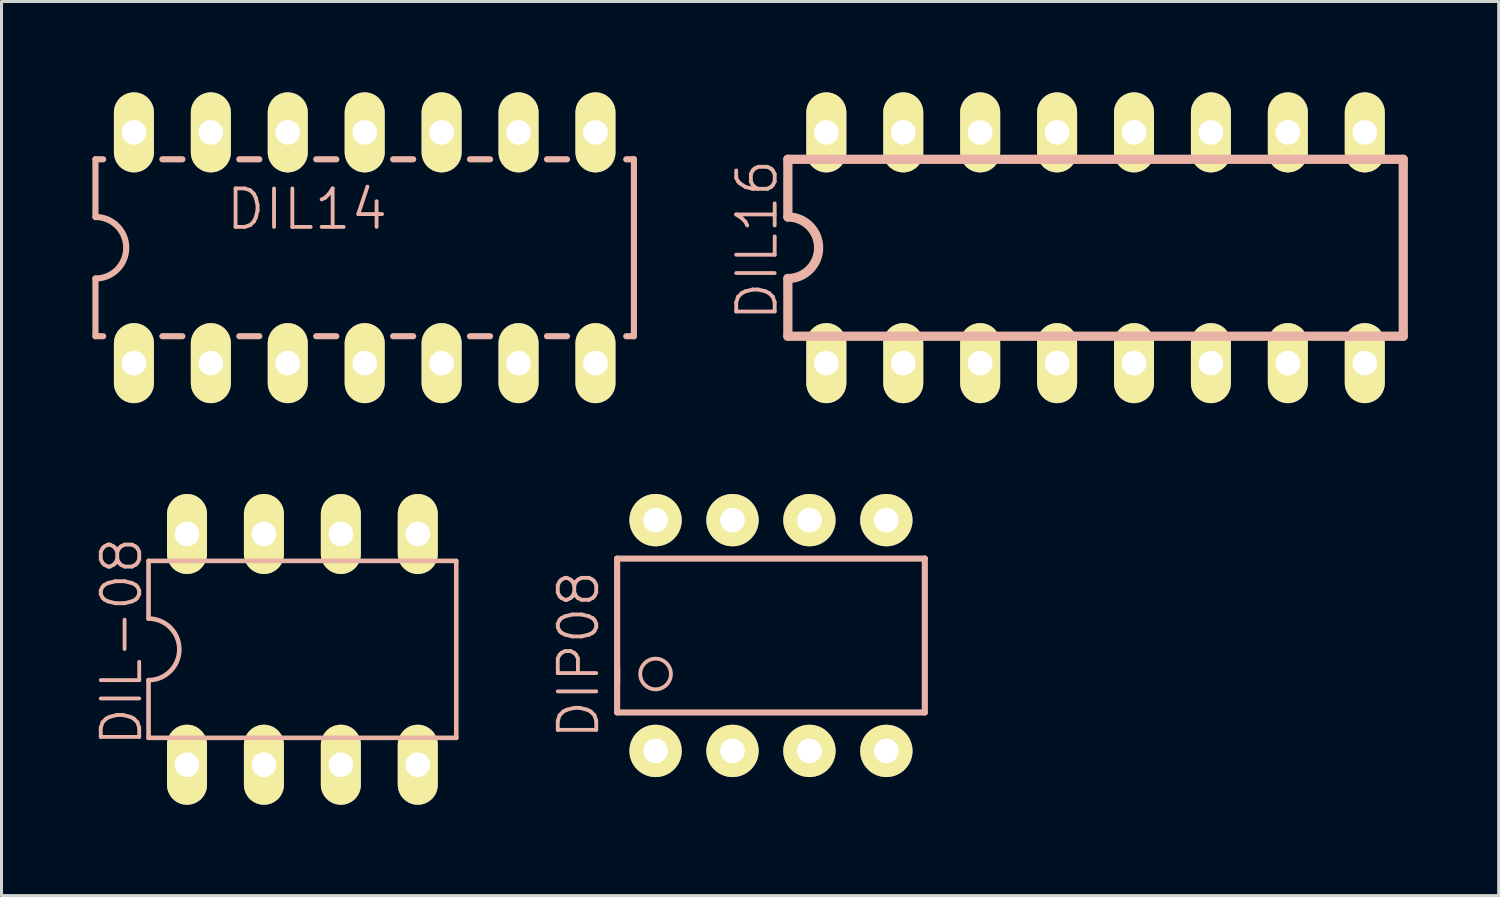
<source format=kicad_pcb>
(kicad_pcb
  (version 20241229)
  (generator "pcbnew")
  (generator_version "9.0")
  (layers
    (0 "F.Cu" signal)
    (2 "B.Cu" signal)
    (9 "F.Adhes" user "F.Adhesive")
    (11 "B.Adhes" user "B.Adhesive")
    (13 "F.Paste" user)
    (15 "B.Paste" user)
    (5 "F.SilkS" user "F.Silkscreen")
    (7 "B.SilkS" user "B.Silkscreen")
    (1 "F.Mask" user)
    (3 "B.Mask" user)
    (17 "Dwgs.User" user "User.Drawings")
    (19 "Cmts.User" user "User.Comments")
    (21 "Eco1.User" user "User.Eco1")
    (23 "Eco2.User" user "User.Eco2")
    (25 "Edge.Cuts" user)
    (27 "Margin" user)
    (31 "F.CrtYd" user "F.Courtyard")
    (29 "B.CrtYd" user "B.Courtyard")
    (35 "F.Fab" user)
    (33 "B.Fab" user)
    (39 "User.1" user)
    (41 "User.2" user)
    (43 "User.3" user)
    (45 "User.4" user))
  (footprint "DIL16"
    (layer "F.Cu")
    (at 33.125 5.131)
    (property "Reference" "DIL16" (at -11.176 -0.254 90) (layer "B.SilkS") (effects (font (size 1.27 1.27) (thickness 0.127))))
    (attr exclude_from_pos_files exclude_from_bom)
    (fp_line (start -10.16 -2.921) (end -10.16 -1.016) (stroke (width 0.305) (type solid)) (layer "B.SilkS"))
    (fp_line (start -10.16 2.921) (end -10.16 1.016) (stroke (width 0.305) (type solid)) (layer "B.SilkS"))
    (fp_line (start -10.16 2.921) (end 10.16 2.921) (stroke (width 0.305) (type solid)) (layer "B.SilkS"))
    (fp_line (start 10.16 -2.921) (end -10.16 -2.921) (stroke (width 0.305) (type solid)) (layer "B.SilkS"))
    (fp_line (start 10.16 -2.921) (end 10.16 2.921) (stroke (width 0.305) (type solid)) (layer "B.SilkS"))
    (fp_arc (start -10.16 -1.016) (mid -9.144 0) (end -10.16 1.016) (stroke (width 0.3048) (type solid)) (layer "B.SilkS"))
    (pad "1" thru_hole oval (at -8.89 3.81 180) (size 1.321 2.642) (drill 0.813) (layers "*.Cu" "F.Mask" "F.SilkS" "F.Paste"))
    (pad "2" thru_hole oval (at -6.35 3.81 180) (size 1.321 2.642) (drill 0.813) (layers "*.Cu" "F.Mask" "F.SilkS" "F.Paste"))
    (pad "3" thru_hole oval (at -3.81 3.81 180) (size 1.321 2.642) (drill 0.813) (layers "*.Cu" "F.Mask" "F.SilkS" "F.Paste"))
    (pad "4" thru_hole oval (at -1.27 3.81 180) (size 1.321 2.642) (drill 0.813) (layers "*.Cu" "F.Mask" "F.SilkS" "F.Paste"))
    (pad "5" thru_hole oval (at 1.27 3.81 180) (size 1.321 2.642) (drill 0.813) (layers "*.Cu" "F.Mask" "F.SilkS" "F.Paste"))
    (pad "6" thru_hole oval (at 3.81 3.81 180) (size 1.321 2.642) (drill 0.813) (layers "*.Cu" "F.Mask" "F.SilkS" "F.Paste"))
    (pad "7" thru_hole oval (at 6.35 3.81 180) (size 1.321 2.642) (drill 0.813) (layers "*.Cu" "F.Mask" "F.SilkS" "F.Paste"))
    (pad "8" thru_hole oval (at 8.89 3.81 180) (size 1.321 2.642) (drill 0.813) (layers "*.Cu" "F.Mask" "F.SilkS" "F.Paste"))
    (pad "9" thru_hole oval (at 8.89 -3.81 180) (size 1.321 2.642) (drill 0.813) (layers "*.Cu" "F.Mask" "F.SilkS" "F.Paste"))
    (pad "10" thru_hole oval (at 6.35 -3.81 180) (size 1.321 2.642) (drill 0.813) (layers "*.Cu" "F.Mask" "F.SilkS" "F.Paste"))
    (pad "11" thru_hole oval (at 3.81 -3.81 180) (size 1.321 2.642) (drill 0.813) (layers "*.Cu" "F.Mask" "F.SilkS" "F.Paste"))
    (pad "12" thru_hole oval (at 1.27 -3.81 180) (size 1.321 2.642) (drill 0.813) (layers "*.Cu" "F.Mask" "F.SilkS" "F.Paste"))
    (pad "13" thru_hole oval (at -1.27 -3.81 180) (size 1.321 2.642) (drill 0.813) (layers "*.Cu" "F.Mask" "F.SilkS" "F.Paste"))
    (pad "14" thru_hole oval (at -3.81 -3.81 180) (size 1.321 2.642) (drill 0.813) (layers "*.Cu" "F.Mask" "F.SilkS" "F.Paste"))
    (pad "15" thru_hole oval (at -6.35 -3.81 180) (size 1.321 2.642) (drill 0.813) (layers "*.Cu" "F.Mask" "F.SilkS" "F.Paste"))
    (pad "16" thru_hole oval (at -8.89 -3.81 180) (size 1.321 2.642) (drill 0.813) (layers "*.Cu" "F.Mask" "F.SilkS" "F.Paste")))
  (footprint "DIL14"
    (layer "F.Cu")
    (at 10.262 5.131)
    (property "Reference" "DIL14" (at -3.175 -1.27 0) (layer "B.SilkS") (effects (font (size 1.27 1.27) (thickness 0.127))))
    (attr exclude_from_pos_files exclude_from_bom)
    (fp_line (start -10.16 -2.921) (end -10.16 -1.016) (stroke (width 0.203) (type solid)) (layer "B.SilkS"))
    (fp_line (start -10.16 -2.921) (end -9.906 -2.921) (stroke (width 0.203) (type solid)) (layer "B.SilkS"))
    (fp_line (start -10.16 2.921) (end -10.16 1.016) (stroke (width 0.203) (type solid)) (layer "B.SilkS"))
    (fp_line (start -10.16 2.921) (end -9.906 2.921) (stroke (width 0.203) (type solid)) (layer "B.SilkS"))
    (fp_line (start -7.95 -2.921) (end -7.29 -2.921) (stroke (width 0.203) (type solid)) (layer "B.SilkS"))
    (fp_line (start -7.95 2.921) (end -7.29 2.921) (stroke (width 0.203) (type solid)) (layer "B.SilkS"))
    (fp_line (start -5.41 -2.921) (end -4.75 -2.921) (stroke (width 0.203) (type solid)) (layer "B.SilkS"))
    (fp_line (start -5.41 2.921) (end -4.75 2.921) (stroke (width 0.203) (type solid)) (layer "B.SilkS"))
    (fp_line (start -2.87 -2.921) (end -2.207 -2.921) (stroke (width 0.203) (type solid)) (layer "B.SilkS"))
    (fp_line (start -2.87 2.921) (end -2.207 2.921) (stroke (width 0.203) (type solid)) (layer "B.SilkS"))
    (fp_line (start -0.33 -2.921) (end 0.33 -2.921) (stroke (width 0.203) (type solid)) (layer "B.SilkS"))
    (fp_line (start -0.33 2.921) (end 0.33 2.921) (stroke (width 0.203) (type solid)) (layer "B.SilkS"))
    (fp_line (start 2.207 -2.921) (end 2.87 -2.921) (stroke (width 0.203) (type solid)) (layer "B.SilkS"))
    (fp_line (start 2.207 2.921) (end 2.87 2.921) (stroke (width 0.203) (type solid)) (layer "B.SilkS"))
    (fp_line (start 4.75 -2.921) (end 5.41 -2.921) (stroke (width 0.203) (type solid)) (layer "B.SilkS"))
    (fp_line (start 4.75 2.921) (end 5.41 2.921) (stroke (width 0.203) (type solid)) (layer "B.SilkS"))
    (fp_line (start 7.62 -2.921) (end 7.366 -2.921) (stroke (width 0.203) (type solid)) (layer "B.SilkS"))
    (fp_line (start 7.62 -2.921) (end 7.62 2.921) (stroke (width 0.203) (type solid)) (layer "B.SilkS"))
    (fp_line (start 7.62 2.921) (end 7.366 2.921) (stroke (width 0.203) (type solid)) (layer "B.SilkS"))
    (fp_arc (start -10.16 -1.016) (mid -9.144 0) (end -10.16 1.016) (stroke (width 0.2032) (type solid)) (layer "B.SilkS"))
    (pad "1" thru_hole oval (at -8.89 3.81 180) (size 1.321 2.642) (drill 0.813) (layers "*.Cu" "F.Mask" "F.SilkS" "F.Paste"))
    (pad "2" thru_hole oval (at -6.35 3.81 180) (size 1.321 2.642) (drill 0.813) (layers "*.Cu" "F.Mask" "F.SilkS" "F.Paste"))
    (pad "3" thru_hole oval (at -3.81 3.81 180) (size 1.321 2.642) (drill 0.813) (layers "*.Cu" "F.Mask" "F.SilkS" "F.Paste"))
    (pad "4" thru_hole oval (at -1.27 3.81 180) (size 1.321 2.642) (drill 0.813) (layers "*.Cu" "F.Mask" "F.SilkS" "F.Paste"))
    (pad "5" thru_hole oval (at 1.27 3.81 180) (size 1.321 2.642) (drill 0.813) (layers "*.Cu" "F.Mask" "F.SilkS" "F.Paste"))
    (pad "6" thru_hole oval (at 3.81 3.81 180) (size 1.321 2.642) (drill 0.813) (layers "*.Cu" "F.Mask" "F.SilkS" "F.Paste"))
    (pad "7" thru_hole oval (at 6.35 3.81 180) (size 1.321 2.642) (drill 0.813) (layers "*.Cu" "F.Mask" "F.SilkS" "F.Paste"))
    (pad "8" thru_hole oval (at 6.35 -3.81 180) (size 1.321 2.642) (drill 0.813) (layers "*.Cu" "F.Mask" "F.SilkS" "F.Paste"))
    (pad "9" thru_hole oval (at 3.81 -3.81 180) (size 1.321 2.642) (drill 0.813) (layers "*.Cu" "F.Mask" "F.SilkS" "F.Paste"))
    (pad "10" thru_hole oval (at 1.27 -3.81 180) (size 1.321 2.642) (drill 0.813) (layers "*.Cu" "F.Mask" "F.SilkS" "F.Paste"))
    (pad "11" thru_hole oval (at -1.27 -3.81 180) (size 1.321 2.642) (drill 0.813) (layers "*.Cu" "F.Mask" "F.SilkS" "F.Paste"))
    (pad "12" thru_hole oval (at -3.81 -3.81 180) (size 1.321 2.642) (drill 0.813) (layers "*.Cu" "F.Mask" "F.SilkS" "F.Paste"))
    (pad "13" thru_hole oval (at -6.35 -3.81 180) (size 1.321 2.642) (drill 0.813) (layers "*.Cu" "F.Mask" "F.SilkS" "F.Paste"))
    (pad "14" thru_hole oval (at -8.89 -3.81 180) (size 1.321 2.642) (drill 0.813) (layers "*.Cu" "F.Mask" "F.SilkS" "F.Paste")))
  (footprint "DIP08"
    (layer "F.Cu")
    (at 22.407 17.935)
    (property "Reference" "DIP08" (at -6.35 0.635 90) (layer "B.SilkS") (effects (font (size 1.27 1.27) (thickness 0.127))))
    (attr exclude_from_pos_files exclude_from_bom)
    (fp_line (start -5.08 -2.54) (end -5.08 1.524) (stroke (width 0.203) (type solid)) (layer "B.SilkS"))
    (fp_line (start -5.08 -2.54) (end 5.08 -2.54) (stroke (width 0.203) (type solid)) (layer "B.SilkS"))
    (fp_line (start -5.08 1.524) (end -5.08 1.016) (stroke (width 0.203) (type solid)) (layer "B.SilkS"))
    (fp_line (start -5.08 2.54) (end -5.08 1.524) (stroke (width 0.203) (type solid)) (layer "B.SilkS"))
    (fp_line (start -5.08 2.54) (end 5.08 2.54) (stroke (width 0.203) (type solid)) (layer "B.SilkS"))
    (fp_line (start 5.08 -2.54) (end 5.08 2.54) (stroke (width 0.203) (type solid)) (layer "B.SilkS"))
    (fp_circle (center -3.81 1.27) (end -4.168 1.628) (stroke (width 0.127) (type solid)) (fill no) (layer "B.SilkS"))
    (pad "1" thru_hole circle (at -3.81 3.81) (size 1.727 1.727) (drill 0.813) (layers "*.Cu" "F.Mask" "F.SilkS" "F.Paste"))
    (pad "2" thru_hole circle (at -1.27 3.81) (size 1.727 1.727) (drill 0.813) (layers "*.Cu" "F.Mask" "F.SilkS" "F.Paste"))
    (pad "3" thru_hole circle (at 1.27 3.81) (size 1.727 1.727) (drill 0.813) (layers "*.Cu" "F.Mask" "F.SilkS" "F.Paste"))
    (pad "4" thru_hole circle (at 3.81 3.81) (size 1.727 1.727) (drill 0.813) (layers "*.Cu" "F.Mask" "F.SilkS" "F.Paste"))
    (pad "5" thru_hole circle (at 3.81 -3.81) (size 1.727 1.727) (drill 0.813) (layers "*.Cu" "F.Mask" "F.SilkS" "F.Paste"))
    (pad "6" thru_hole circle (at 1.27 -3.81) (size 1.727 1.727) (drill 0.813) (layers "*.Cu" "F.Mask" "F.SilkS" "F.Paste"))
    (pad "7" thru_hole circle (at -1.27 -3.81) (size 1.727 1.727) (drill 0.813) (layers "*.Cu" "F.Mask" "F.SilkS" "F.Paste"))
    (pad "8" thru_hole circle (at -3.81 -3.81) (size 1.727 1.727) (drill 0.813) (layers "*.Cu" "F.Mask" "F.SilkS" "F.Paste")))
  (footprint "DIL-08"
    (layer "F.Cu")
    (at 6.935 18.392)
    (property "Reference" "DIL-08" (at -5.969 -0.254 90) (layer "B.SilkS") (effects (font (size 1.27 1.27) (thickness 0.127))))
    (attr exclude_from_pos_files exclude_from_bom)
    (fp_line (start -5.08 -2.921) (end -5.08 -1.016) (stroke (width 0.152) (type solid)) (layer "B.SilkS"))
    (fp_line (start -5.08 2.921) (end -5.08 1.016) (stroke (width 0.152) (type solid)) (layer "B.SilkS"))
    (fp_line (start -5.08 2.921) (end 5.08 2.921) (stroke (width 0.152) (type solid)) (layer "B.SilkS"))
    (fp_line (start 5.08 -2.921) (end -5.08 -2.921) (stroke (width 0.152) (type solid)) (layer "B.SilkS"))
    (fp_line (start 5.08 -2.921) (end 5.08 2.921) (stroke (width 0.152) (type solid)) (layer "B.SilkS"))
    (fp_arc (start -5.08 -1.016) (mid -4.064 0) (end -5.08 1.016) (stroke (width 0.1524) (type solid)) (layer "B.SilkS"))
    (pad "1" thru_hole oval (at -3.81 3.81 180) (size 1.321 2.642) (drill 0.813) (layers "*.Cu" "F.Mask" "F.SilkS" "F.Paste"))
    (pad "2" thru_hole oval (at -1.27 3.81 180) (size 1.321 2.642) (drill 0.813) (layers "*.Cu" "F.Mask" "F.SilkS" "F.Paste"))
    (pad "3" thru_hole oval (at 1.27 3.81 180) (size 1.321 2.642) (drill 0.813) (layers "*.Cu" "F.Mask" "F.SilkS" "F.Paste"))
    (pad "4" thru_hole oval (at 3.81 3.81 180) (size 1.321 2.642) (drill 0.813) (layers "*.Cu" "F.Mask" "F.SilkS" "F.Paste"))
    (pad "5" thru_hole oval (at 3.81 -3.81 180) (size 1.321 2.642) (drill 0.813) (layers "*.Cu" "F.Mask" "F.SilkS" "F.Paste"))
    (pad "6" thru_hole oval (at 1.27 -3.81 180) (size 1.321 2.642) (drill 0.813) (layers "*.Cu" "F.Mask" "F.SilkS" "F.Paste"))
    (pad "7" thru_hole oval (at -1.27 -3.81 180) (size 1.321 2.642) (drill 0.813) (layers "*.Cu" "F.Mask" "F.SilkS" "F.Paste"))
    (pad "8" thru_hole oval (at -3.81 -3.81 180) (size 1.321 2.642) (drill 0.813) (layers "*.Cu" "F.Mask" "F.SilkS" "F.Paste")))
  (gr_rect
    (start -3 -3)
    (end 46.437 26.523)
    (stroke (width 0.1) (type default))
    (fill no)
    (layer "Edge.Cuts")))
</source>
